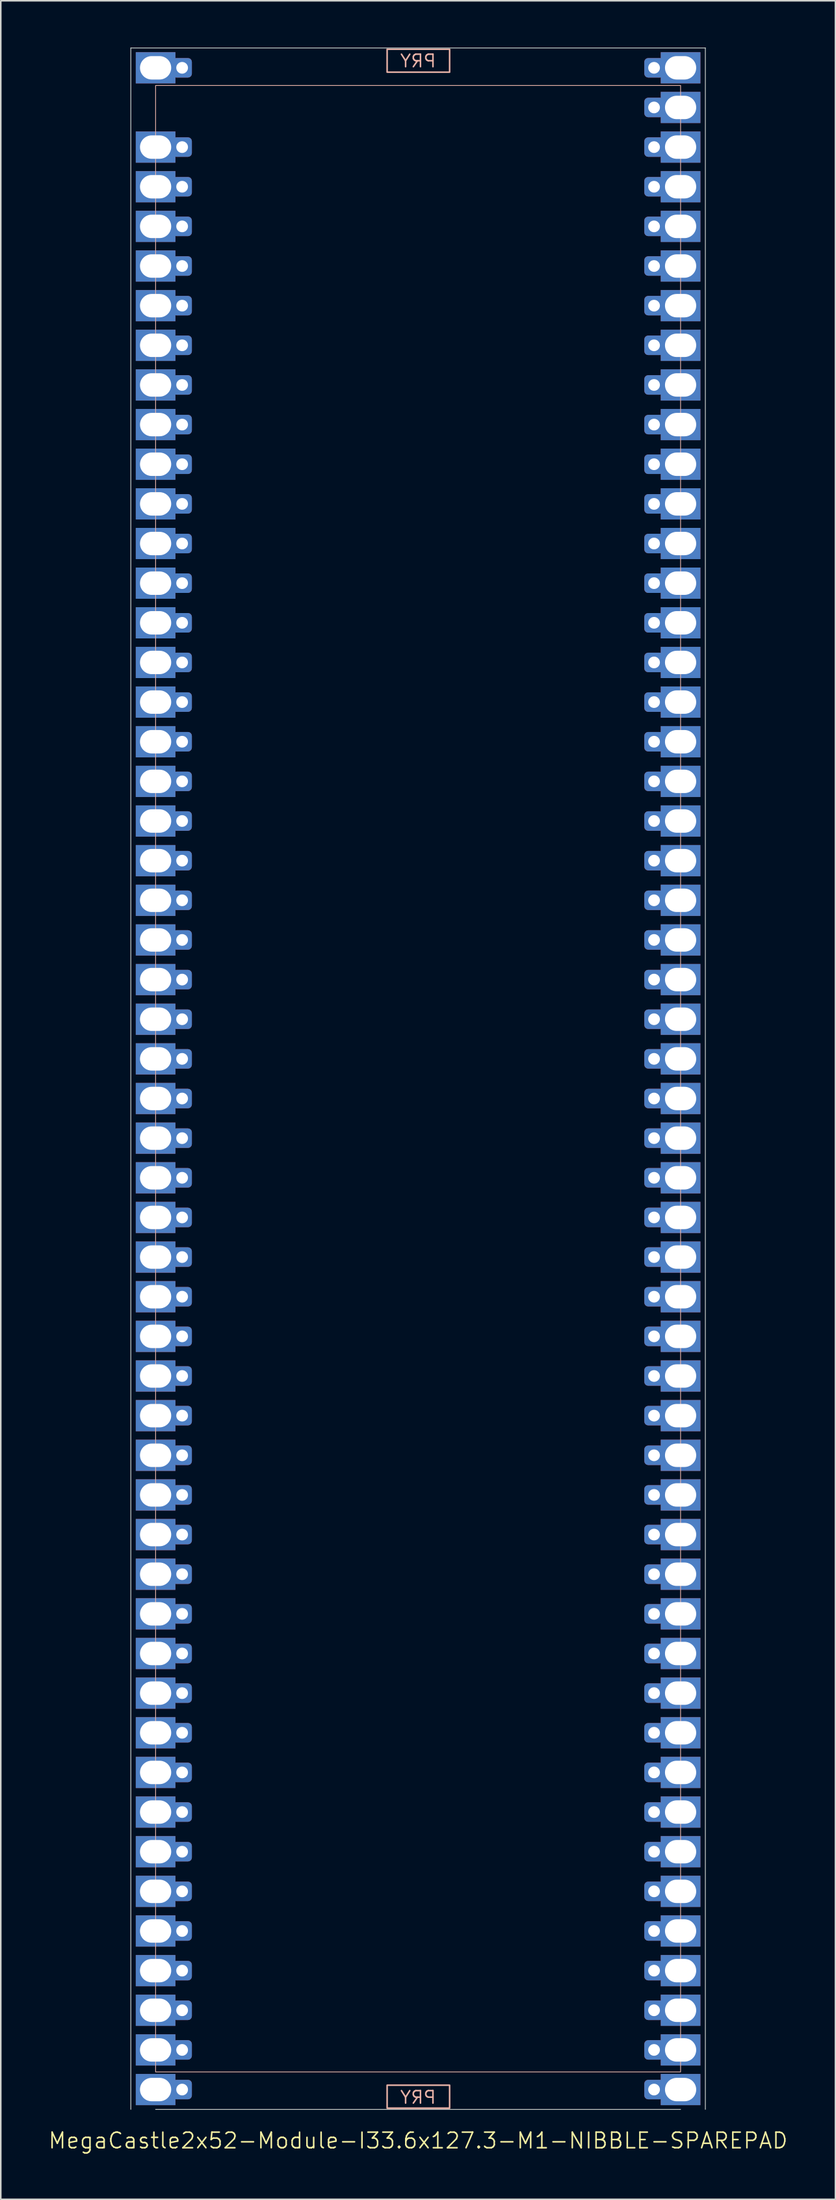
<source format=kicad_pcb>
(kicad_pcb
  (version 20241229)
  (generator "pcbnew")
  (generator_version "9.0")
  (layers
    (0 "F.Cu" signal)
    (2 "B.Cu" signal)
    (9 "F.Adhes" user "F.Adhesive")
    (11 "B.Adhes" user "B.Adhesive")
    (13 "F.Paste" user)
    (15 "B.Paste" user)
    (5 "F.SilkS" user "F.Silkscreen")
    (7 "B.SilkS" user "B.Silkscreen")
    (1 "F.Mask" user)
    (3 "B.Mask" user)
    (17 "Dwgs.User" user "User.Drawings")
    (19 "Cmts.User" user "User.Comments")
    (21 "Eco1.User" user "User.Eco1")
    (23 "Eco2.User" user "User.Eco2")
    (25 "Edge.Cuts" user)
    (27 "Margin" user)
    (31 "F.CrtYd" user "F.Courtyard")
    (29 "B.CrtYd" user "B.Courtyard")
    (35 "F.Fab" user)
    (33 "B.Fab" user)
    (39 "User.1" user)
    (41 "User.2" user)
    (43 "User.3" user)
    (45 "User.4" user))
  (footprint "MegaCastle2x52-Module-I33.6x127.3-M1-NIBBLE-SPAREPAD"
    (layer "F.Cu")
    (at 23.74 66.065)
    (property "Reference" "MegaCastle2x52-Module-I33.6x127.3-M1-NIBBLE-SPAREPAD" (at 0 68.04 0) (unlocked yes) (layer "F.SilkS") (effects (font (size 1 1) (thickness 0.1))))
    (attr smd)
    (fp_rect (start -16.82 63.64) (end 16.82 -63.64) (stroke (width 0.05) (type default)) (fill no) (layer "B.SilkS"))
    (fp_rect (start -1.984 -64.491) (end 2.02 -65.96) (stroke (width 0.1) (type default)) (fill no) (layer "B.SilkS"))
    (fp_rect (start -1.984 64.491) (end 2.02 65.96) (stroke (width 0.1) (type default)) (fill no) (layer "B.SilkS"))
    (fp_line (start -18.407 -66.04) (end -18.407 66.04) (stroke (width 0.05) (type default)) (layer "Edge.Cuts"))
    (fp_line (start -18.407 -66.04) (end 18.407 -66.04) (stroke (width 0.05) (type default)) (layer "Edge.Cuts"))
    (fp_line (start -16.82 66.04) (end 16.82 66.04) (stroke (width 0.05) (type default)) (layer "Edge.Cuts"))
    (fp_line (start 18.407 -66.04) (end 18.407 66.04) (stroke (width 0.05) (type default)) (layer "Edge.Cuts"))
    (fp_text user "PRY" (at 0 -64.74 0) (unlocked yes) (layer "B.SilkS") (effects (font (size 0.8 0.8) (thickness 0.1)) (justify bottom mirror)))
    (fp_text user "PRY" (at 0 65.74 0) (unlocked yes) (layer "B.SilkS") (effects (font (size 0.8 0.8) (thickness 0.1)) (justify bottom mirror)))
    (pad "1" thru_hole rect (at -16.82 -64.77) (size 2.54 2) (drill oval 2 1.5) (property pad_prop_castellated) (layers "*.Cu" "*.Mask"))
    (pad "1" thru_hole roundrect (at -15.12 -64.77 180) (size 1.25 1.25) (drill 0.75) (layers "*.Cu" "*.Mask") (roundrect_rratio 0.2))
    (pad "3" thru_hole rect (at -16.82 -59.69) (size 2.54 2) (drill oval 2 1.5) (property pad_prop_castellated) (layers "*.Cu" "*.Mask"))
    (pad "3" thru_hole roundrect (at -15.12 -59.69 180) (size 1.25 1.25) (drill 0.75) (layers "*.Cu" "*.Mask") (roundrect_rratio 0.2))
    (pad "4" thru_hole rect (at -16.82 -57.15) (size 2.54 2) (drill oval 2 1.5) (property pad_prop_castellated) (layers "*.Cu" "*.Mask"))
    (pad "4" thru_hole roundrect (at -15.12 -57.15 180) (size 1.25 1.25) (drill 0.75) (layers "*.Cu" "*.Mask") (roundrect_rratio 0.2))
    (pad "5" thru_hole rect (at -16.82 -54.61) (size 2.54 2) (drill oval 2 1.5) (property pad_prop_castellated) (layers "*.Cu" "*.Mask"))
    (pad "5" thru_hole roundrect (at -15.12 -54.61 180) (size 1.25 1.25) (drill 0.75) (layers "*.Cu" "*.Mask") (roundrect_rratio 0.2))
    (pad "6" thru_hole rect (at -16.82 -52.07) (size 2.54 2) (drill oval 2 1.5) (property pad_prop_castellated) (layers "*.Cu" "*.Mask"))
    (pad "6" thru_hole roundrect (at -15.12 -52.07 180) (size 1.25 1.25) (drill 0.75) (layers "*.Cu" "*.Mask") (roundrect_rratio 0.2))
    (pad "7" thru_hole rect (at -16.82 -49.53) (size 2.54 2) (drill oval 2 1.5) (property pad_prop_castellated) (layers "*.Cu" "*.Mask"))
    (pad "7" thru_hole roundrect (at -15.12 -49.53 180) (size 1.25 1.25) (drill 0.75) (layers "*.Cu" "*.Mask") (roundrect_rratio 0.2))
    (pad "8" thru_hole rect (at -16.82 -46.99) (size 2.54 2) (drill oval 2 1.5) (property pad_prop_castellated) (layers "*.Cu" "*.Mask"))
    (pad "8" thru_hole roundrect (at -15.12 -46.99 180) (size 1.25 1.25) (drill 0.75) (layers "*.Cu" "*.Mask") (roundrect_rratio 0.2))
    (pad "9" thru_hole rect (at -16.82 -44.45) (size 2.54 2) (drill oval 2 1.5) (property pad_prop_castellated) (layers "*.Cu" "*.Mask"))
    (pad "9" thru_hole roundrect (at -15.12 -44.45 180) (size 1.25 1.25) (drill 0.75) (layers "*.Cu" "*.Mask") (roundrect_rratio 0.2))
    (pad "10" thru_hole rect (at -16.82 -41.91) (size 2.54 2) (drill oval 2 1.5) (property pad_prop_castellated) (layers "*.Cu" "*.Mask"))
    (pad "10" thru_hole roundrect (at -15.12 -41.91 180) (size 1.25 1.25) (drill 0.75) (layers "*.Cu" "*.Mask") (roundrect_rratio 0.2))
    (pad "11" thru_hole rect (at -16.82 -39.37) (size 2.54 2) (drill oval 2 1.5) (property pad_prop_castellated) (layers "*.Cu" "*.Mask"))
    (pad "11" thru_hole roundrect (at -15.12 -39.37 180) (size 1.25 1.25) (drill 0.75) (layers "*.Cu" "*.Mask") (roundrect_rratio 0.2))
    (pad "12" thru_hole rect (at -16.82 -36.83) (size 2.54 2) (drill oval 2 1.5) (property pad_prop_castellated) (layers "*.Cu" "*.Mask"))
    (pad "12" thru_hole roundrect (at -15.12 -36.83 180) (size 1.25 1.25) (drill 0.75) (layers "*.Cu" "*.Mask") (roundrect_rratio 0.2))
    (pad "13" thru_hole rect (at -16.82 -34.29) (size 2.54 2) (drill oval 2 1.5) (property pad_prop_castellated) (layers "*.Cu" "*.Mask"))
    (pad "13" thru_hole roundrect (at -15.12 -34.29 180) (size 1.25 1.25) (drill 0.75) (layers "*.Cu" "*.Mask") (roundrect_rratio 0.2))
    (pad "14" thru_hole rect (at -16.82 -31.75) (size 2.54 2) (drill oval 2 1.5) (property pad_prop_castellated) (layers "*.Cu" "*.Mask"))
    (pad "14" thru_hole roundrect (at -15.12 -31.75 180) (size 1.25 1.25) (drill 0.75) (layers "*.Cu" "*.Mask") (roundrect_rratio 0.2))
    (pad "15" thru_hole rect (at -16.82 -29.21) (size 2.54 2) (drill oval 2 1.5) (property pad_prop_castellated) (layers "*.Cu" "*.Mask"))
    (pad "15" thru_hole roundrect (at -15.12 -29.21 180) (size 1.25 1.25) (drill 0.75) (layers "*.Cu" "*.Mask") (roundrect_rratio 0.2))
    (pad "16" thru_hole rect (at -16.82 -26.67) (size 2.54 2) (drill oval 2 1.5) (property pad_prop_castellated) (layers "*.Cu" "*.Mask"))
    (pad "16" thru_hole roundrect (at -15.12 -26.67 180) (size 1.25 1.25) (drill 0.75) (layers "*.Cu" "*.Mask") (roundrect_rratio 0.2))
    (pad "17" thru_hole rect (at -16.82 -24.13) (size 2.54 2) (drill oval 2 1.5) (property pad_prop_castellated) (layers "*.Cu" "*.Mask"))
    (pad "17" thru_hole roundrect (at -15.12 -24.13 180) (size 1.25 1.25) (drill 0.75) (layers "*.Cu" "*.Mask") (roundrect_rratio 0.2))
    (pad "18" thru_hole rect (at -16.82 -21.59) (size 2.54 2) (drill oval 2 1.5) (property pad_prop_castellated) (layers "*.Cu" "*.Mask"))
    (pad "18" thru_hole roundrect (at -15.12 -21.59 180) (size 1.25 1.25) (drill 0.75) (layers "*.Cu" "*.Mask") (roundrect_rratio 0.2))
    (pad "19" thru_hole rect (at -16.82 -19.05) (size 2.54 2) (drill oval 2 1.5) (property pad_prop_castellated) (layers "*.Cu" "*.Mask"))
    (pad "19" thru_hole roundrect (at -15.12 -19.05 180) (size 1.25 1.25) (drill 0.75) (layers "*.Cu" "*.Mask") (roundrect_rratio 0.2))
    (pad "20" thru_hole rect (at -16.82 -16.51) (size 2.54 2) (drill oval 2 1.5) (property pad_prop_castellated) (layers "*.Cu" "*.Mask"))
    (pad "20" thru_hole roundrect (at -15.12 -16.51 180) (size 1.25 1.25) (drill 0.75) (layers "*.Cu" "*.Mask") (roundrect_rratio 0.2))
    (pad "21" thru_hole rect (at -16.82 -13.97) (size 2.54 2) (drill oval 2 1.5) (property pad_prop_castellated) (layers "*.Cu" "*.Mask"))
    (pad "21" thru_hole roundrect (at -15.12 -13.97 180) (size 1.25 1.25) (drill 0.75) (layers "*.Cu" "*.Mask") (roundrect_rratio 0.2))
    (pad "22" thru_hole rect (at -16.82 -11.43) (size 2.54 2) (drill oval 2 1.5) (property pad_prop_castellated) (layers "*.Cu" "*.Mask"))
    (pad "22" thru_hole roundrect (at -15.12 -11.43 180) (size 1.25 1.25) (drill 0.75) (layers "*.Cu" "*.Mask") (roundrect_rratio 0.2))
    (pad "23" thru_hole rect (at -16.82 -8.89) (size 2.54 2) (drill oval 2 1.5) (property pad_prop_castellated) (layers "*.Cu" "*.Mask"))
    (pad "23" thru_hole roundrect (at -15.12 -8.89 180) (size 1.25 1.25) (drill 0.75) (layers "*.Cu" "*.Mask") (roundrect_rratio 0.2))
    (pad "24" thru_hole rect (at -16.82 -6.35) (size 2.54 2) (drill oval 2 1.5) (property pad_prop_castellated) (layers "*.Cu" "*.Mask"))
    (pad "24" thru_hole roundrect (at -15.12 -6.35 180) (size 1.25 1.25) (drill 0.75) (layers "*.Cu" "*.Mask") (roundrect_rratio 0.2))
    (pad "25" thru_hole rect (at -16.82 -3.81) (size 2.54 2) (drill oval 2 1.5) (property pad_prop_castellated) (layers "*.Cu" "*.Mask"))
    (pad "25" thru_hole roundrect (at -15.12 -3.81 180) (size 1.25 1.25) (drill 0.75) (layers "*.Cu" "*.Mask") (roundrect_rratio 0.2))
    (pad "26" thru_hole rect (at -16.82 -1.27) (size 2.54 2) (drill oval 2 1.5) (property pad_prop_castellated) (layers "*.Cu" "*.Mask"))
    (pad "26" thru_hole roundrect (at -15.12 -1.27 180) (size 1.25 1.25) (drill 0.75) (layers "*.Cu" "*.Mask") (roundrect_rratio 0.2))
    (pad "27" thru_hole rect (at -16.82 1.27) (size 2.54 2) (drill oval 2 1.5) (property pad_prop_castellated) (layers "*.Cu" "*.Mask"))
    (pad "27" thru_hole roundrect (at -15.12 1.27 180) (size 1.25 1.25) (drill 0.75) (layers "*.Cu" "*.Mask") (roundrect_rratio 0.2))
    (pad "28" thru_hole rect (at -16.82 3.81) (size 2.54 2) (drill oval 2 1.5) (property pad_prop_castellated) (layers "*.Cu" "*.Mask"))
    (pad "28" thru_hole roundrect (at -15.12 3.81 180) (size 1.25 1.25) (drill 0.75) (layers "*.Cu" "*.Mask") (roundrect_rratio 0.2))
    (pad "29" thru_hole rect (at -16.82 6.35) (size 2.54 2) (drill oval 2 1.5) (property pad_prop_castellated) (layers "*.Cu" "*.Mask"))
    (pad "29" thru_hole roundrect (at -15.12 6.35 180) (size 1.25 1.25) (drill 0.75) (layers "*.Cu" "*.Mask") (roundrect_rratio 0.2))
    (pad "30" thru_hole rect (at -16.82 8.89) (size 2.54 2) (drill oval 2 1.5) (property pad_prop_castellated) (layers "*.Cu" "*.Mask"))
    (pad "30" thru_hole roundrect (at -15.12 8.89 180) (size 1.25 1.25) (drill 0.75) (layers "*.Cu" "*.Mask") (roundrect_rratio 0.2))
    (pad "31" thru_hole rect (at -16.82 11.43) (size 2.54 2) (drill oval 2 1.5) (property pad_prop_castellated) (layers "*.Cu" "*.Mask"))
    (pad "31" thru_hole roundrect (at -15.12 11.43 180) (size 1.25 1.25) (drill 0.75) (layers "*.Cu" "*.Mask") (roundrect_rratio 0.2))
    (pad "32" thru_hole rect (at -16.82 13.97) (size 2.54 2) (drill oval 2 1.5) (property pad_prop_castellated) (layers "*.Cu" "*.Mask"))
    (pad "32" thru_hole roundrect (at -15.12 13.97 180) (size 1.25 1.25) (drill 0.75) (layers "*.Cu" "*.Mask") (roundrect_rratio 0.2))
    (pad "33" thru_hole rect (at -16.82 16.51) (size 2.54 2) (drill oval 2 1.5) (property pad_prop_castellated) (layers "*.Cu" "*.Mask"))
    (pad "33" thru_hole roundrect (at -15.12 16.51 180) (size 1.25 1.25) (drill 0.75) (layers "*.Cu" "*.Mask") (roundrect_rratio 0.2))
    (pad "34" thru_hole rect (at -16.82 19.05) (size 2.54 2) (drill oval 2 1.5) (property pad_prop_castellated) (layers "*.Cu" "*.Mask"))
    (pad "34" thru_hole roundrect (at -15.12 19.05 180) (size 1.25 1.25) (drill 0.75) (layers "*.Cu" "*.Mask") (roundrect_rratio 0.2))
    (pad "35" thru_hole rect (at -16.82 21.59) (size 2.54 2) (drill oval 2 1.5) (property pad_prop_castellated) (layers "*.Cu" "*.Mask"))
    (pad "35" thru_hole roundrect (at -15.12 21.59 180) (size 1.25 1.25) (drill 0.75) (layers "*.Cu" "*.Mask") (roundrect_rratio 0.2))
    (pad "36" thru_hole rect (at -16.82 24.13) (size 2.54 2) (drill oval 2 1.5) (property pad_prop_castellated) (layers "*.Cu" "*.Mask"))
    (pad "36" thru_hole roundrect (at -15.12 24.13 180) (size 1.25 1.25) (drill 0.75) (layers "*.Cu" "*.Mask") (roundrect_rratio 0.2))
    (pad "37" thru_hole rect (at -16.82 26.67) (size 2.54 2) (drill oval 2 1.5) (property pad_prop_castellated) (layers "*.Cu" "*.Mask"))
    (pad "37" thru_hole roundrect (at -15.12 26.67 180) (size 1.25 1.25) (drill 0.75) (layers "*.Cu" "*.Mask") (roundrect_rratio 0.2))
    (pad "38" thru_hole rect (at -16.82 29.21) (size 2.54 2) (drill oval 2 1.5) (property pad_prop_castellated) (layers "*.Cu" "*.Mask"))
    (pad "38" thru_hole roundrect (at -15.12 29.21 180) (size 1.25 1.25) (drill 0.75) (layers "*.Cu" "*.Mask") (roundrect_rratio 0.2))
    (pad "39" thru_hole rect (at -16.82 31.75) (size 2.54 2) (drill oval 2 1.5) (property pad_prop_castellated) (layers "*.Cu" "*.Mask"))
    (pad "39" thru_hole roundrect (at -15.12 31.75 180) (size 1.25 1.25) (drill 0.75) (layers "*.Cu" "*.Mask") (roundrect_rratio 0.2))
    (pad "40" thru_hole rect (at -16.82 34.29) (size 2.54 2) (drill oval 2 1.5) (property pad_prop_castellated) (layers "*.Cu" "*.Mask"))
    (pad "40" thru_hole roundrect (at -15.12 34.29 180) (size 1.25 1.25) (drill 0.75) (layers "*.Cu" "*.Mask") (roundrect_rratio 0.2))
    (pad "41" thru_hole rect (at -16.82 36.83) (size 2.54 2) (drill oval 2 1.5) (property pad_prop_castellated) (layers "*.Cu" "*.Mask"))
    (pad "41" thru_hole roundrect (at -15.12 36.83 180) (size 1.25 1.25) (drill 0.75) (layers "*.Cu" "*.Mask") (roundrect_rratio 0.2))
    (pad "42" thru_hole rect (at -16.82 39.37) (size 2.54 2) (drill oval 2 1.5) (property pad_prop_castellated) (layers "*.Cu" "*.Mask"))
    (pad "42" thru_hole roundrect (at -15.12 39.37 180) (size 1.25 1.25) (drill 0.75) (layers "*.Cu" "*.Mask") (roundrect_rratio 0.2))
    (pad "43" thru_hole rect (at -16.82 41.91) (size 2.54 2) (drill oval 2 1.5) (property pad_prop_castellated) (layers "*.Cu" "*.Mask"))
    (pad "43" thru_hole roundrect (at -15.12 41.91 180) (size 1.25 1.25) (drill 0.75) (layers "*.Cu" "*.Mask") (roundrect_rratio 0.2))
    (pad "44" thru_hole rect (at -16.82 44.45) (size 2.54 2) (drill oval 2 1.5) (property pad_prop_castellated) (layers "*.Cu" "*.Mask"))
    (pad "44" thru_hole roundrect (at -15.12 44.45 180) (size 1.25 1.25) (drill 0.75) (layers "*.Cu" "*.Mask") (roundrect_rratio 0.2))
    (pad "45" thru_hole rect (at -16.82 46.99) (size 2.54 2) (drill oval 2 1.5) (property pad_prop_castellated) (layers "*.Cu" "*.Mask"))
    (pad "45" thru_hole roundrect (at -15.12 46.99 180) (size 1.25 1.25) (drill 0.75) (layers "*.Cu" "*.Mask") (roundrect_rratio 0.2))
    (pad "46" thru_hole rect (at -16.82 49.53) (size 2.54 2) (drill oval 2 1.5) (property pad_prop_castellated) (layers "*.Cu" "*.Mask"))
    (pad "46" thru_hole roundrect (at -15.12 49.53 180) (size 1.25 1.25) (drill 0.75) (layers "*.Cu" "*.Mask") (roundrect_rratio 0.2))
    (pad "47" thru_hole rect (at -16.82 52.07) (size 2.54 2) (drill oval 2 1.5) (property pad_prop_castellated) (layers "*.Cu" "*.Mask"))
    (pad "47" thru_hole roundrect (at -15.12 52.07 180) (size 1.25 1.25) (drill 0.75) (layers "*.Cu" "*.Mask") (roundrect_rratio 0.2))
    (pad "48" thru_hole rect (at -16.82 54.61) (size 2.54 2) (drill oval 2 1.5) (property pad_prop_castellated) (layers "*.Cu" "*.Mask"))
    (pad "48" thru_hole roundrect (at -15.12 54.61 180) (size 1.25 1.25) (drill 0.75) (layers "*.Cu" "*.Mask") (roundrect_rratio 0.2))
    (pad "49" thru_hole rect (at -16.82 57.15) (size 2.54 2) (drill oval 2 1.5) (property pad_prop_castellated) (layers "*.Cu" "*.Mask"))
    (pad "49" thru_hole roundrect (at -15.12 57.15 180) (size 1.25 1.25) (drill 0.75) (layers "*.Cu" "*.Mask") (roundrect_rratio 0.2))
    (pad "50" thru_hole rect (at -16.82 59.69) (size 2.54 2) (drill oval 2 1.5) (property pad_prop_castellated) (layers "*.Cu" "*.Mask"))
    (pad "50" thru_hole roundrect (at -15.12 59.69 180) (size 1.25 1.25) (drill 0.75) (layers "*.Cu" "*.Mask") (roundrect_rratio 0.2))
    (pad "51" thru_hole rect (at -16.82 62.23) (size 2.54 2) (drill oval 2 1.5) (property pad_prop_castellated) (layers "*.Cu" "*.Mask"))
    (pad "51" thru_hole roundrect (at -15.12 62.23 180) (size 1.25 1.25) (drill 0.75) (layers "*.Cu" "*.Mask") (roundrect_rratio 0.2))
    (pad "52" thru_hole rect (at -16.82 64.77) (size 2.54 2) (drill oval 2 1.5) (property pad_prop_castellated) (layers "*.Cu" "*.Mask"))
    (pad "52" thru_hole roundrect (at -15.12 64.77 180) (size 1.25 1.25) (drill 0.75) (layers "*.Cu" "*.Mask") (roundrect_rratio 0.2))
    (pad "53" thru_hole roundrect (at 15.12 -64.77 180) (size 1.25 1.25) (drill 0.75) (layers "*.Cu" "*.Mask") (roundrect_rratio 0.2))
    (pad "53" thru_hole rect (at 16.82 -64.77) (size 2.54 2) (drill oval 2 1.5) (property pad_prop_castellated) (layers "*.Cu" "*.Mask"))
    (pad "54" thru_hole roundrect (at 15.12 -62.23 180) (size 1.25 1.25) (drill 0.75) (layers "*.Cu" "*.Mask") (roundrect_rratio 0.2))
    (pad "54" thru_hole rect (at 16.82 -62.23) (size 2.54 2) (drill oval 2 1.5) (property pad_prop_castellated) (layers "*.Cu" "*.Mask"))
    (pad "55" thru_hole roundrect (at 15.12 -59.69 180) (size 1.25 1.25) (drill 0.75) (layers "*.Cu" "*.Mask") (roundrect_rratio 0.2))
    (pad "55" thru_hole rect (at 16.82 -59.69) (size 2.54 2) (drill oval 2 1.5) (property pad_prop_castellated) (layers "*.Cu" "*.Mask"))
    (pad "56" thru_hole roundrect (at 15.12 -57.15 180) (size 1.25 1.25) (drill 0.75) (layers "*.Cu" "*.Mask") (roundrect_rratio 0.2))
    (pad "56" thru_hole rect (at 16.82 -57.15) (size 2.54 2) (drill oval 2 1.5) (property pad_prop_castellated) (layers "*.Cu" "*.Mask"))
    (pad "57" thru_hole roundrect (at 15.12 -54.61 180) (size 1.25 1.25) (drill 0.75) (layers "*.Cu" "*.Mask") (roundrect_rratio 0.2))
    (pad "57" thru_hole rect (at 16.82 -54.61) (size 2.54 2) (drill oval 2 1.5) (property pad_prop_castellated) (layers "*.Cu" "*.Mask"))
    (pad "58" thru_hole roundrect (at 15.12 -52.07 180) (size 1.25 1.25) (drill 0.75) (layers "*.Cu" "*.Mask") (roundrect_rratio 0.2))
    (pad "58" thru_hole rect (at 16.82 -52.07) (size 2.54 2) (drill oval 2 1.5) (property pad_prop_castellated) (layers "*.Cu" "*.Mask"))
    (pad "59" thru_hole roundrect (at 15.12 -49.53 180) (size 1.25 1.25) (drill 0.75) (layers "*.Cu" "*.Mask") (roundrect_rratio 0.2))
    (pad "59" thru_hole rect (at 16.82 -49.53) (size 2.54 2) (drill oval 2 1.5) (property pad_prop_castellated) (layers "*.Cu" "*.Mask"))
    (pad "60" thru_hole roundrect (at 15.12 -46.99 180) (size 1.25 1.25) (drill 0.75) (layers "*.Cu" "*.Mask") (roundrect_rratio 0.2))
    (pad "60" thru_hole rect (at 16.82 -46.99) (size 2.54 2) (drill oval 2 1.5) (property pad_prop_castellated) (layers "*.Cu" "*.Mask"))
    (pad "61" thru_hole roundrect (at 15.12 -44.45 180) (size 1.25 1.25) (drill 0.75) (layers "*.Cu" "*.Mask") (roundrect_rratio 0.2))
    (pad "61" thru_hole rect (at 16.82 -44.45) (size 2.54 2) (drill oval 2 1.5) (property pad_prop_castellated) (layers "*.Cu" "*.Mask"))
    (pad "62" thru_hole roundrect (at 15.12 -41.91 180) (size 1.25 1.25) (drill 0.75) (layers "*.Cu" "*.Mask") (roundrect_rratio 0.2))
    (pad "62" thru_hole rect (at 16.82 -41.91) (size 2.54 2) (drill oval 2 1.5) (property pad_prop_castellated) (layers "*.Cu" "*.Mask"))
    (pad "63" thru_hole roundrect (at 15.12 -39.37 180) (size 1.25 1.25) (drill 0.75) (layers "*.Cu" "*.Mask") (roundrect_rratio 0.2))
    (pad "63" thru_hole rect (at 16.82 -39.37) (size 2.54 2) (drill oval 2 1.5) (property pad_prop_castellated) (layers "*.Cu" "*.Mask"))
    (pad "64" thru_hole roundrect (at 15.12 -36.83 180) (size 1.25 1.25) (drill 0.75) (layers "*.Cu" "*.Mask") (roundrect_rratio 0.2))
    (pad "64" thru_hole rect (at 16.82 -36.83) (size 2.54 2) (drill oval 2 1.5) (property pad_prop_castellated) (layers "*.Cu" "*.Mask"))
    (pad "65" thru_hole roundrect (at 15.12 -34.29 180) (size 1.25 1.25) (drill 0.75) (layers "*.Cu" "*.Mask") (roundrect_rratio 0.2))
    (pad "65" thru_hole rect (at 16.82 -34.29) (size 2.54 2) (drill oval 2 1.5) (property pad_prop_castellated) (layers "*.Cu" "*.Mask"))
    (pad "66" thru_hole roundrect (at 15.12 -31.75 180) (size 1.25 1.25) (drill 0.75) (layers "*.Cu" "*.Mask") (roundrect_rratio 0.2))
    (pad "66" thru_hole rect (at 16.82 -31.75) (size 2.54 2) (drill oval 2 1.5) (property pad_prop_castellated) (layers "*.Cu" "*.Mask"))
    (pad "67" thru_hole roundrect (at 15.12 -29.21 180) (size 1.25 1.25) (drill 0.75) (layers "*.Cu" "*.Mask") (roundrect_rratio 0.2))
    (pad "67" thru_hole rect (at 16.82 -29.21) (size 2.54 2) (drill oval 2 1.5) (property pad_prop_castellated) (layers "*.Cu" "*.Mask"))
    (pad "68" thru_hole roundrect (at 15.12 -26.67 180) (size 1.25 1.25) (drill 0.75) (layers "*.Cu" "*.Mask") (roundrect_rratio 0.2))
    (pad "68" thru_hole rect (at 16.82 -26.67) (size 2.54 2) (drill oval 2 1.5) (property pad_prop_castellated) (layers "*.Cu" "*.Mask"))
    (pad "69" thru_hole roundrect (at 15.12 -24.13 180) (size 1.25 1.25) (drill 0.75) (layers "*.Cu" "*.Mask") (roundrect_rratio 0.2))
    (pad "69" thru_hole rect (at 16.82 -24.13) (size 2.54 2) (drill oval 2 1.5) (property pad_prop_castellated) (layers "*.Cu" "*.Mask"))
    (pad "70" thru_hole roundrect (at 15.12 -21.59 180) (size 1.25 1.25) (drill 0.75) (layers "*.Cu" "*.Mask") (roundrect_rratio 0.2))
    (pad "70" thru_hole rect (at 16.82 -21.59) (size 2.54 2) (drill oval 2 1.5) (property pad_prop_castellated) (layers "*.Cu" "*.Mask"))
    (pad "71" thru_hole roundrect (at 15.12 -19.05 180) (size 1.25 1.25) (drill 0.75) (layers "*.Cu" "*.Mask") (roundrect_rratio 0.2))
    (pad "71" thru_hole rect (at 16.82 -19.05) (size 2.54 2) (drill oval 2 1.5) (property pad_prop_castellated) (layers "*.Cu" "*.Mask"))
    (pad "72" thru_hole roundrect (at 15.12 -16.51 180) (size 1.25 1.25) (drill 0.75) (layers "*.Cu" "*.Mask") (roundrect_rratio 0.2))
    (pad "72" thru_hole rect (at 16.82 -16.51) (size 2.54 2) (drill oval 2 1.5) (property pad_prop_castellated) (layers "*.Cu" "*.Mask"))
    (pad "73" thru_hole roundrect (at 15.12 -13.97 180) (size 1.25 1.25) (drill 0.75) (layers "*.Cu" "*.Mask") (roundrect_rratio 0.2))
    (pad "73" thru_hole rect (at 16.82 -13.97) (size 2.54 2) (drill oval 2 1.5) (property pad_prop_castellated) (layers "*.Cu" "*.Mask"))
    (pad "74" thru_hole roundrect (at 15.12 -11.43 180) (size 1.25 1.25) (drill 0.75) (layers "*.Cu" "*.Mask") (roundrect_rratio 0.2))
    (pad "74" thru_hole rect (at 16.82 -11.43) (size 2.54 2) (drill oval 2 1.5) (property pad_prop_castellated) (layers "*.Cu" "*.Mask"))
    (pad "75" thru_hole roundrect (at 15.12 -8.89 180) (size 1.25 1.25) (drill 0.75) (layers "*.Cu" "*.Mask") (roundrect_rratio 0.2))
    (pad "75" thru_hole rect (at 16.82 -8.89) (size 2.54 2) (drill oval 2 1.5) (property pad_prop_castellated) (layers "*.Cu" "*.Mask"))
    (pad "76" thru_hole roundrect (at 15.12 -6.35 180) (size 1.25 1.25) (drill 0.75) (layers "*.Cu" "*.Mask") (roundrect_rratio 0.2))
    (pad "76" thru_hole rect (at 16.82 -6.35) (size 2.54 2) (drill oval 2 1.5) (property pad_prop_castellated) (layers "*.Cu" "*.Mask"))
    (pad "77" thru_hole roundrect (at 15.12 -3.81 180) (size 1.25 1.25) (drill 0.75) (layers "*.Cu" "*.Mask") (roundrect_rratio 0.2))
    (pad "77" thru_hole rect (at 16.82 -3.81) (size 2.54 2) (drill oval 2 1.5) (property pad_prop_castellated) (layers "*.Cu" "*.Mask"))
    (pad "78" thru_hole roundrect (at 15.12 -1.27 180) (size 1.25 1.25) (drill 0.75) (layers "*.Cu" "*.Mask") (roundrect_rratio 0.2))
    (pad "78" thru_hole rect (at 16.82 -1.27) (size 2.54 2) (drill oval 2 1.5) (property pad_prop_castellated) (layers "*.Cu" "*.Mask"))
    (pad "79" thru_hole roundrect (at 15.12 1.27 180) (size 1.25 1.25) (drill 0.75) (layers "*.Cu" "*.Mask") (roundrect_rratio 0.2))
    (pad "79" thru_hole rect (at 16.82 1.27) (size 2.54 2) (drill oval 2 1.5) (property pad_prop_castellated) (layers "*.Cu" "*.Mask"))
    (pad "80" thru_hole roundrect (at 15.12 3.81 180) (size 1.25 1.25) (drill 0.75) (layers "*.Cu" "*.Mask") (roundrect_rratio 0.2))
    (pad "80" thru_hole rect (at 16.82 3.81) (size 2.54 2) (drill oval 2 1.5) (property pad_prop_castellated) (layers "*.Cu" "*.Mask"))
    (pad "81" thru_hole roundrect (at 15.12 6.35 180) (size 1.25 1.25) (drill 0.75) (layers "*.Cu" "*.Mask") (roundrect_rratio 0.2))
    (pad "81" thru_hole rect (at 16.82 6.35) (size 2.54 2) (drill oval 2 1.5) (property pad_prop_castellated) (layers "*.Cu" "*.Mask"))
    (pad "82" thru_hole roundrect (at 15.12 8.89 180) (size 1.25 1.25) (drill 0.75) (layers "*.Cu" "*.Mask") (roundrect_rratio 0.2))
    (pad "82" thru_hole rect (at 16.82 8.89) (size 2.54 2) (drill oval 2 1.5) (property pad_prop_castellated) (layers "*.Cu" "*.Mask"))
    (pad "83" thru_hole roundrect (at 15.12 11.43 180) (size 1.25 1.25) (drill 0.75) (layers "*.Cu" "*.Mask") (roundrect_rratio 0.2))
    (pad "83" thru_hole rect (at 16.82 11.43) (size 2.54 2) (drill oval 2 1.5) (property pad_prop_castellated) (layers "*.Cu" "*.Mask"))
    (pad "84" thru_hole roundrect (at 15.12 13.97 180) (size 1.25 1.25) (drill 0.75) (layers "*.Cu" "*.Mask") (roundrect_rratio 0.2))
    (pad "84" thru_hole rect (at 16.82 13.97) (size 2.54 2) (drill oval 2 1.5) (property pad_prop_castellated) (layers "*.Cu" "*.Mask"))
    (pad "85" thru_hole roundrect (at 15.12 16.51 180) (size 1.25 1.25) (drill 0.75) (layers "*.Cu" "*.Mask") (roundrect_rratio 0.2))
    (pad "85" thru_hole rect (at 16.82 16.51) (size 2.54 2) (drill oval 2 1.5) (property pad_prop_castellated) (layers "*.Cu" "*.Mask"))
    (pad "86" thru_hole roundrect (at 15.12 19.05 180) (size 1.25 1.25) (drill 0.75) (layers "*.Cu" "*.Mask") (roundrect_rratio 0.2))
    (pad "86" thru_hole rect (at 16.82 19.05) (size 2.54 2) (drill oval 2 1.5) (property pad_prop_castellated) (layers "*.Cu" "*.Mask"))
    (pad "87" thru_hole roundrect (at 15.12 21.59 180) (size 1.25 1.25) (drill 0.75) (layers "*.Cu" "*.Mask") (roundrect_rratio 0.2))
    (pad "87" thru_hole rect (at 16.82 21.59) (size 2.54 2) (drill oval 2 1.5) (property pad_prop_castellated) (layers "*.Cu" "*.Mask"))
    (pad "88" thru_hole roundrect (at 15.12 24.13 180) (size 1.25 1.25) (drill 0.75) (layers "*.Cu" "*.Mask") (roundrect_rratio 0.2))
    (pad "88" thru_hole rect (at 16.82 24.13) (size 2.54 2) (drill oval 2 1.5) (property pad_prop_castellated) (layers "*.Cu" "*.Mask"))
    (pad "89" thru_hole roundrect (at 15.12 26.67 180) (size 1.25 1.25) (drill 0.75) (layers "*.Cu" "*.Mask") (roundrect_rratio 0.2))
    (pad "89" thru_hole rect (at 16.82 26.67) (size 2.54 2) (drill oval 2 1.5) (property pad_prop_castellated) (layers "*.Cu" "*.Mask"))
    (pad "90" thru_hole roundrect (at 15.12 29.21 180) (size 1.25 1.25) (drill 0.75) (layers "*.Cu" "*.Mask") (roundrect_rratio 0.2))
    (pad "90" thru_hole rect (at 16.82 29.21) (size 2.54 2) (drill oval 2 1.5) (property pad_prop_castellated) (layers "*.Cu" "*.Mask"))
    (pad "91" thru_hole roundrect (at 15.12 31.75 180) (size 1.25 1.25) (drill 0.75) (layers "*.Cu" "*.Mask") (roundrect_rratio 0.2))
    (pad "91" thru_hole rect (at 16.82 31.75) (size 2.54 2) (drill oval 2 1.5) (property pad_prop_castellated) (layers "*.Cu" "*.Mask"))
    (pad "92" thru_hole roundrect (at 15.12 34.29 180) (size 1.25 1.25) (drill 0.75) (layers "*.Cu" "*.Mask") (roundrect_rratio 0.2))
    (pad "92" thru_hole rect (at 16.82 34.29) (size 2.54 2) (drill oval 2 1.5) (property pad_prop_castellated) (layers "*.Cu" "*.Mask"))
    (pad "93" thru_hole roundrect (at 15.12 36.83 180) (size 1.25 1.25) (drill 0.75) (layers "*.Cu" "*.Mask") (roundrect_rratio 0.2))
    (pad "93" thru_hole rect (at 16.82 36.83) (size 2.54 2) (drill oval 2 1.5) (property pad_prop_castellated) (layers "*.Cu" "*.Mask"))
    (pad "94" thru_hole roundrect (at 15.12 39.37 180) (size 1.25 1.25) (drill 0.75) (layers "*.Cu" "*.Mask") (roundrect_rratio 0.2))
    (pad "94" thru_hole rect (at 16.82 39.37) (size 2.54 2) (drill oval 2 1.5) (property pad_prop_castellated) (layers "*.Cu" "*.Mask"))
    (pad "95" thru_hole roundrect (at 15.12 41.91 180) (size 1.25 1.25) (drill 0.75) (layers "*.Cu" "*.Mask") (roundrect_rratio 0.2))
    (pad "95" thru_hole rect (at 16.82 41.91) (size 2.54 2) (drill oval 2 1.5) (property pad_prop_castellated) (layers "*.Cu" "*.Mask"))
    (pad "96" thru_hole roundrect (at 15.12 44.45 180) (size 1.25 1.25) (drill 0.75) (layers "*.Cu" "*.Mask") (roundrect_rratio 0.2))
    (pad "96" thru_hole rect (at 16.82 44.45) (size 2.54 2) (drill oval 2 1.5) (property pad_prop_castellated) (layers "*.Cu" "*.Mask"))
    (pad "97" thru_hole roundrect (at 15.12 46.99 180) (size 1.25 1.25) (drill 0.75) (layers "*.Cu" "*.Mask") (roundrect_rratio 0.2))
    (pad "97" thru_hole rect (at 16.82 46.99) (size 2.54 2) (drill oval 2 1.5) (property pad_prop_castellated) (layers "*.Cu" "*.Mask"))
    (pad "98" thru_hole roundrect (at 15.12 49.53 180) (size 1.25 1.25) (drill 0.75) (layers "*.Cu" "*.Mask") (roundrect_rratio 0.2))
    (pad "98" thru_hole rect (at 16.82 49.53) (size 2.54 2) (drill oval 2 1.5) (property pad_prop_castellated) (layers "*.Cu" "*.Mask"))
    (pad "99" thru_hole roundrect (at 15.12 52.07 180) (size 1.25 1.25) (drill 0.75) (layers "*.Cu" "*.Mask") (roundrect_rratio 0.2))
    (pad "99" thru_hole rect (at 16.82 52.07) (size 2.54 2) (drill oval 2 1.5) (property pad_prop_castellated) (layers "*.Cu" "*.Mask"))
    (pad "100" thru_hole roundrect (at 15.12 54.61 180) (size 1.25 1.25) (drill 0.75) (layers "*.Cu" "*.Mask") (roundrect_rratio 0.2))
    (pad "100" thru_hole rect (at 16.82 54.61) (size 2.54 2) (drill oval 2 1.5) (property pad_prop_castellated) (layers "*.Cu" "*.Mask"))
    (pad "101" thru_hole roundrect (at 15.12 57.15 180) (size 1.25 1.25) (drill 0.75) (layers "*.Cu" "*.Mask") (roundrect_rratio 0.2))
    (pad "101" thru_hole rect (at 16.82 57.15) (size 2.54 2) (drill oval 2 1.5) (property pad_prop_castellated) (layers "*.Cu" "*.Mask"))
    (pad "102" thru_hole roundrect (at 15.12 59.69 180) (size 1.25 1.25) (drill 0.75) (layers "*.Cu" "*.Mask") (roundrect_rratio 0.2))
    (pad "102" thru_hole rect (at 16.82 59.69) (size 2.54 2) (drill oval 2 1.5) (property pad_prop_castellated) (layers "*.Cu" "*.Mask"))
    (pad "103" thru_hole roundrect (at 15.12 62.23 180) (size 1.25 1.25) (drill 0.75) (layers "*.Cu" "*.Mask") (roundrect_rratio 0.2))
    (pad "103" thru_hole rect (at 16.82 62.23) (size 2.54 2) (drill oval 2 1.5) (property pad_prop_castellated) (layers "*.Cu" "*.Mask"))
    (pad "104" thru_hole roundrect (at 15.12 64.77 180) (size 1.25 1.25) (drill 0.75) (layers "*.Cu" "*.Mask") (roundrect_rratio 0.2))
    (pad "104" thru_hole rect (at 16.82 64.77) (size 2.54 2) (drill oval 2 1.5) (property pad_prop_castellated) (layers "*.Cu" "*.Mask"))
    (zone (net_name "") (layer "B.Cu") (hatch edge 0.5) (connect_pads) (min_thickness 0.25) (filled_areas_thickness no) (keepout (tracks allowed) (vias allowed) (pads allowed) (copperpour allowed) (footprints not_allowed)) (placement (enabled no)) (fill) (polygon (pts (xy 6.92 132.105) (xy 6.92 0.025))))
    (zone (net_name "") (layer "B.Cu") (hatch edge 0.5) (connect_pads) (min_thickness 0.25) (filled_areas_thickness no) (keepout (tracks allowed) (vias allowed) (pads allowed) (copperpour allowed) (footprints not_allowed)) (placement (enabled no)) (fill) (polygon (pts (xy 40.56 132.105) (xy 40.56 0.025))))
    (zone (net_name "") (layer "B.Cu") (hatch edge 0.5) (connect_pads) (min_thickness 0.25) (filled_areas_thickness no) (keepout (tracks allowed) (vias allowed) (pads allowed) (copperpour allowed) (footprints not_allowed)) (placement (enabled no)) (fill) (polygon (pts (xy 6.92 0.025) (xy 6.92 2.425) (xy 40.56 2.425) (xy 40.56 0.025))))
    (zone (net_name "") (layer "B.Cu") (hatch edge 0.5) (connect_pads) (min_thickness 0.25) (filled_areas_thickness no) (keepout (tracks allowed) (vias allowed) (pads allowed) (copperpour allowed) (footprints not_allowed)) (placement (enabled no)) (fill) (polygon (pts (xy 6.92 132.105) (xy 6.92 129.705) (xy 40.56 129.705) (xy 40.56 132.105))))
    (zone (net_name "") (layer "B.Cu") (name "Upper Pry Zone") (hatch edge 0.5) (connect_pads) (min_thickness 0.25) (filled_areas_thickness no) (keepout (tracks not_allowed) (vias not_allowed) (pads not_allowed) (copperpour allowed) (footprints not_allowed)) (placement (enabled no)) (fill) (polygon (pts (xy 21.756 1.574) (xy 21.756 0.105) (xy 25.76 0.105) (xy 25.76 1.574))))
    (zone (net_name "") (layer "B.Cu") (name "Upper Pry Zone") (hatch edge 0.5) (connect_pads) (min_thickness 0.25) (filled_areas_thickness no) (keepout (tracks not_allowed) (vias not_allowed) (pads not_allowed) (copperpour allowed) (footprints not_allowed)) (placement (enabled no)) (fill) (polygon (pts (xy 21.756 130.556) (xy 21.756 132.025) (xy 25.76 132.025) (xy 25.76 130.556)))))
  (gr_rect
    (start -3 -3)
    (end 50.481 137.866)
    (stroke (width 0.1) (type default))
    (fill no)
    (layer "Edge.Cuts")))
</source>
